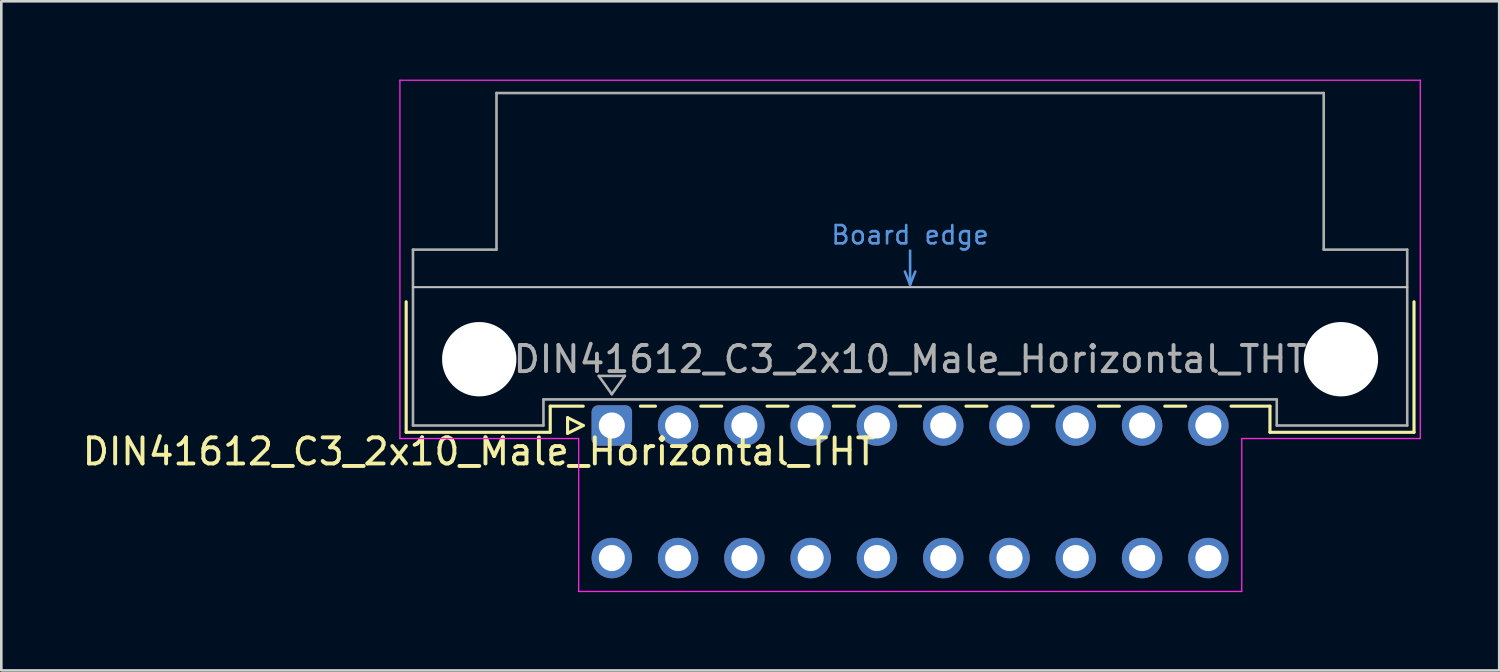
<source format=kicad_pcb>
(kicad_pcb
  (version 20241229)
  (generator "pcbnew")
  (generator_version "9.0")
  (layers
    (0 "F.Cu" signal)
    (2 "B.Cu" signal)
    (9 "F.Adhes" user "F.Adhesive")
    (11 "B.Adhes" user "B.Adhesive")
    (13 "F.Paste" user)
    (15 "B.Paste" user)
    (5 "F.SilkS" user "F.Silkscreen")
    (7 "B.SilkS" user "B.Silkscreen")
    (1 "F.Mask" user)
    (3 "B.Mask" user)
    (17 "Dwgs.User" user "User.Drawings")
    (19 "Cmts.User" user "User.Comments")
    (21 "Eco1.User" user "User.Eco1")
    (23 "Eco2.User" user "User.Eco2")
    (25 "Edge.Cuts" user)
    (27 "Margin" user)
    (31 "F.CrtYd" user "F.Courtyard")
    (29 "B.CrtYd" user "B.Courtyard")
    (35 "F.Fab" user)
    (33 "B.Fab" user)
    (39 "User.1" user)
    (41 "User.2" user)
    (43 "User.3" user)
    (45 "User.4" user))
  (footprint "DIN41612_C3_2x10_Male_Horizontal_THT"
    (layer "F.Cu")
    (at 20.395 13.255)
    (property "Reference" "DIN41612_C3_2x10_Male_Horizontal_THT" (at -5.08 1 0) (layer "F.SilkS") (effects (font (size 1 1) (thickness 0.15))))
    (attr through_hole)
    (fp_line (start -7.88 -4.74) (end -7.88 0.26) (stroke (width 0.12) (type solid)) (layer "F.SilkS"))
    (fp_line (start -7.88 0.26) (end -2.36 0.26) (stroke (width 0.12) (type solid)) (layer "F.SilkS"))
    (fp_line (start -2.361 -0.74) (end -1.095 -0.74) (stroke (width 0.12) (type solid)) (layer "F.SilkS"))
    (fp_line (start -2.36 0.26) (end -2.36 -0.74) (stroke (width 0.12) (type solid)) (layer "F.SilkS"))
    (fp_line (start -1.695 -0.3) (end -1.695 0.3) (stroke (width 0.12) (type solid)) (layer "F.SilkS"))
    (fp_line (start -1.695 0.3) (end -1.095 0) (stroke (width 0.12) (type solid)) (layer "F.SilkS"))
    (fp_line (start -1.095 0) (end -1.695 -0.3) (stroke (width 0.12) (type solid)) (layer "F.SilkS"))
    (fp_line (start 1.095 -0.74) (end 1.671 -0.74) (stroke (width 0.12) (type solid)) (layer "F.SilkS"))
    (fp_line (start 3.41 -0.74) (end 4.211 -0.74) (stroke (width 0.12) (type solid)) (layer "F.SilkS"))
    (fp_line (start 5.95 -0.74) (end 6.751 -0.74) (stroke (width 0.12) (type solid)) (layer "F.SilkS"))
    (fp_line (start 8.49 -0.74) (end 9.291 -0.74) (stroke (width 0.12) (type solid)) (layer "F.SilkS"))
    (fp_line (start 11.03 -0.74) (end 11.831 -0.74) (stroke (width 0.12) (type solid)) (layer "F.SilkS"))
    (fp_line (start 13.57 -0.74) (end 14.371 -0.74) (stroke (width 0.12) (type solid)) (layer "F.SilkS"))
    (fp_line (start 16.11 -0.74) (end 16.911 -0.74) (stroke (width 0.12) (type solid)) (layer "F.SilkS"))
    (fp_line (start 18.65 -0.74) (end 19.451 -0.74) (stroke (width 0.12) (type solid)) (layer "F.SilkS"))
    (fp_line (start 21.19 -0.74) (end 21.991 -0.74) (stroke (width 0.12) (type solid)) (layer "F.SilkS"))
    (fp_line (start 23.73 -0.74) (end 25.22 -0.74) (stroke (width 0.12) (type solid)) (layer "F.SilkS"))
    (fp_line (start 25.22 0.26) (end 25.22 -0.74) (stroke (width 0.12) (type solid)) (layer "F.SilkS"))
    (fp_line (start 30.74 -4.74) (end 30.74 0.26) (stroke (width 0.12) (type solid)) (layer "F.SilkS"))
    (fp_line (start 30.74 0.26) (end 25.22 0.26) (stroke (width 0.12) (type solid)) (layer "F.SilkS"))
    (fp_line (start -7.62 -5.3) (end 30.48 -5.3) (stroke (width 0.08) (type solid)) (layer "Dwgs.User"))
    (fp_line (start 11.23 -5.9) (end 11.43 -5.4) (stroke (width 0.1) (type solid)) (layer "Cmts.User"))
    (fp_line (start 11.43 -5.4) (end 11.43 -6.7) (stroke (width 0.1) (type solid)) (layer "Cmts.User"))
    (fp_line (start 11.43 -5.4) (end 11.63 -5.9) (stroke (width 0.1) (type solid)) (layer "Cmts.User"))
    (fp_line (start -8.12 -13.23) (end -8.12 0.5) (stroke (width 0.05) (type solid)) (layer "F.CrtYd"))
    (fp_line (start -8.12 0.5) (end -1.27 0.5) (stroke (width 0.05) (type solid)) (layer "F.CrtYd"))
    (fp_line (start -1.27 0.5) (end -1.27 6.36) (stroke (width 0.05) (type solid)) (layer "F.CrtYd"))
    (fp_line (start -1.27 6.36) (end 24.14 6.36) (stroke (width 0.05) (type solid)) (layer "F.CrtYd"))
    (fp_line (start 24.14 0.5) (end 30.98 0.5) (stroke (width 0.05) (type solid)) (layer "F.CrtYd"))
    (fp_line (start 24.14 6.36) (end 24.14 0.5) (stroke (width 0.05) (type solid)) (layer "F.CrtYd"))
    (fp_line (start 30.98 -13.23) (end -8.12 -13.23) (stroke (width 0.05) (type solid)) (layer "F.CrtYd"))
    (fp_line (start 30.98 0.5) (end 30.98 -13.23) (stroke (width 0.05) (type solid)) (layer "F.CrtYd"))
    (fp_line (start -7.62 -6.74) (end -7.62 0) (stroke (width 0.1) (type solid)) (layer "F.Fab"))
    (fp_line (start -7.62 0) (end -2.62 0) (stroke (width 0.1) (type solid)) (layer "F.Fab"))
    (fp_line (start -4.42 -12.74) (end -4.42 -6.74) (stroke (width 0.1) (type solid)) (layer "F.Fab"))
    (fp_line (start -4.42 -6.74) (end -7.62 -6.74) (stroke (width 0.1) (type solid)) (layer "F.Fab"))
    (fp_line (start -2.62 -1) (end 25.48 -1) (stroke (width 0.1) (type solid)) (layer "F.Fab"))
    (fp_line (start -2.62 0) (end -2.62 -1) (stroke (width 0.1) (type solid)) (layer "F.Fab"))
    (fp_line (start -0.5 -1.9) (end 0.5 -1.9) (stroke (width 0.1) (type solid)) (layer "F.Fab"))
    (fp_line (start 0 -1.2) (end -0.5 -1.9) (stroke (width 0.1) (type solid)) (layer "F.Fab"))
    (fp_line (start 0.5 -1.9) (end 0 -1.2) (stroke (width 0.1) (type solid)) (layer "F.Fab"))
    (fp_line (start 25.48 -1) (end 25.48 0) (stroke (width 0.1) (type solid)) (layer "F.Fab"))
    (fp_line (start 25.48 0) (end 30.48 0) (stroke (width 0.1) (type solid)) (layer "F.Fab"))
    (fp_line (start 27.28 -12.74) (end -4.42 -12.74) (stroke (width 0.1) (type solid)) (layer "F.Fab"))
    (fp_line (start 27.28 -6.74) (end 27.28 -12.74) (stroke (width 0.1) (type solid)) (layer "F.Fab"))
    (fp_line (start 30.48 -6.74) (end 27.28 -6.74) (stroke (width 0.1) (type solid)) (layer "F.Fab"))
    (fp_line (start 30.48 0) (end 30.48 -6.74) (stroke (width 0.1) (type solid)) (layer "F.Fab"))
    (fp_text user "Board edge" (at 11.43 -7.3 0) (layer "Cmts.User") (effects (font (size 0.7 0.7) (thickness 0.1))))
    (fp_text user "${REFERENCE}" (at 11.43 -2.54 0) (layer "F.Fab") (effects (font (size 1 1) (thickness 0.15))))
    (pad "" np_thru_hole circle (at -5.08 -2.54) (size 2.85 2.85) (drill 2.85) (layers "*.Cu" "*.Mask"))
    (pad "" np_thru_hole circle (at 27.94 -2.54) (size 2.85 2.85) (drill 2.85) (layers "*.Cu" "*.Mask"))
    (pad "a1" thru_hole roundrect (at 0 0) (size 1.55 1.55) (drill 1) (layers "*.Cu" "*.Mask") (roundrect_rratio 0.161))
    (pad "a2" thru_hole circle (at 2.54 0) (size 1.55 1.55) (drill 1) (layers "*.Cu" "*.Mask"))
    (pad "a3" thru_hole circle (at 5.08 0) (size 1.55 1.55) (drill 1) (layers "*.Cu" "*.Mask"))
    (pad "a4" thru_hole circle (at 7.62 0) (size 1.55 1.55) (drill 1) (layers "*.Cu" "*.Mask"))
    (pad "a5" thru_hole circle (at 10.16 0) (size 1.55 1.55) (drill 1) (layers "*.Cu" "*.Mask"))
    (pad "a6" thru_hole circle (at 12.7 0) (size 1.55 1.55) (drill 1) (layers "*.Cu" "*.Mask"))
    (pad "a7" thru_hole circle (at 15.24 0) (size 1.55 1.55) (drill 1) (layers "*.Cu" "*.Mask"))
    (pad "a8" thru_hole circle (at 17.78 0) (size 1.55 1.55) (drill 1) (layers "*.Cu" "*.Mask"))
    (pad "a9" thru_hole circle (at 20.32 0) (size 1.55 1.55) (drill 1) (layers "*.Cu" "*.Mask"))
    (pad "a10" thru_hole circle (at 22.86 0) (size 1.55 1.55) (drill 1) (layers "*.Cu" "*.Mask"))
    (pad "c1" thru_hole circle (at 0 5.08) (size 1.55 1.55) (drill 1) (layers "*.Cu" "*.Mask"))
    (pad "c2" thru_hole circle (at 2.54 5.08) (size 1.55 1.55) (drill 1) (layers "*.Cu" "*.Mask"))
    (pad "c3" thru_hole circle (at 5.08 5.08) (size 1.55 1.55) (drill 1) (layers "*.Cu" "*.Mask"))
    (pad "c4" thru_hole circle (at 7.62 5.08) (size 1.55 1.55) (drill 1) (layers "*.Cu" "*.Mask"))
    (pad "c5" thru_hole circle (at 10.16 5.08) (size 1.55 1.55) (drill 1) (layers "*.Cu" "*.Mask"))
    (pad "c6" thru_hole circle (at 12.7 5.08) (size 1.55 1.55) (drill 1) (layers "*.Cu" "*.Mask"))
    (pad "c7" thru_hole circle (at 15.24 5.08) (size 1.55 1.55) (drill 1) (layers "*.Cu" "*.Mask"))
    (pad "c8" thru_hole circle (at 17.78 5.08) (size 1.55 1.55) (drill 1) (layers "*.Cu" "*.Mask"))
    (pad "c9" thru_hole circle (at 20.32 5.08) (size 1.55 1.55) (drill 1) (layers "*.Cu" "*.Mask"))
    (pad "c10" thru_hole circle (at 22.86 5.08) (size 1.55 1.55) (drill 1) (layers "*.Cu" "*.Mask")))
  (gr_rect
    (start -3 -3)
    (end 54.4 22.64)
    (stroke (width 0.1) (type default))
    (fill no)
    (layer "Edge.Cuts")))
</source>
